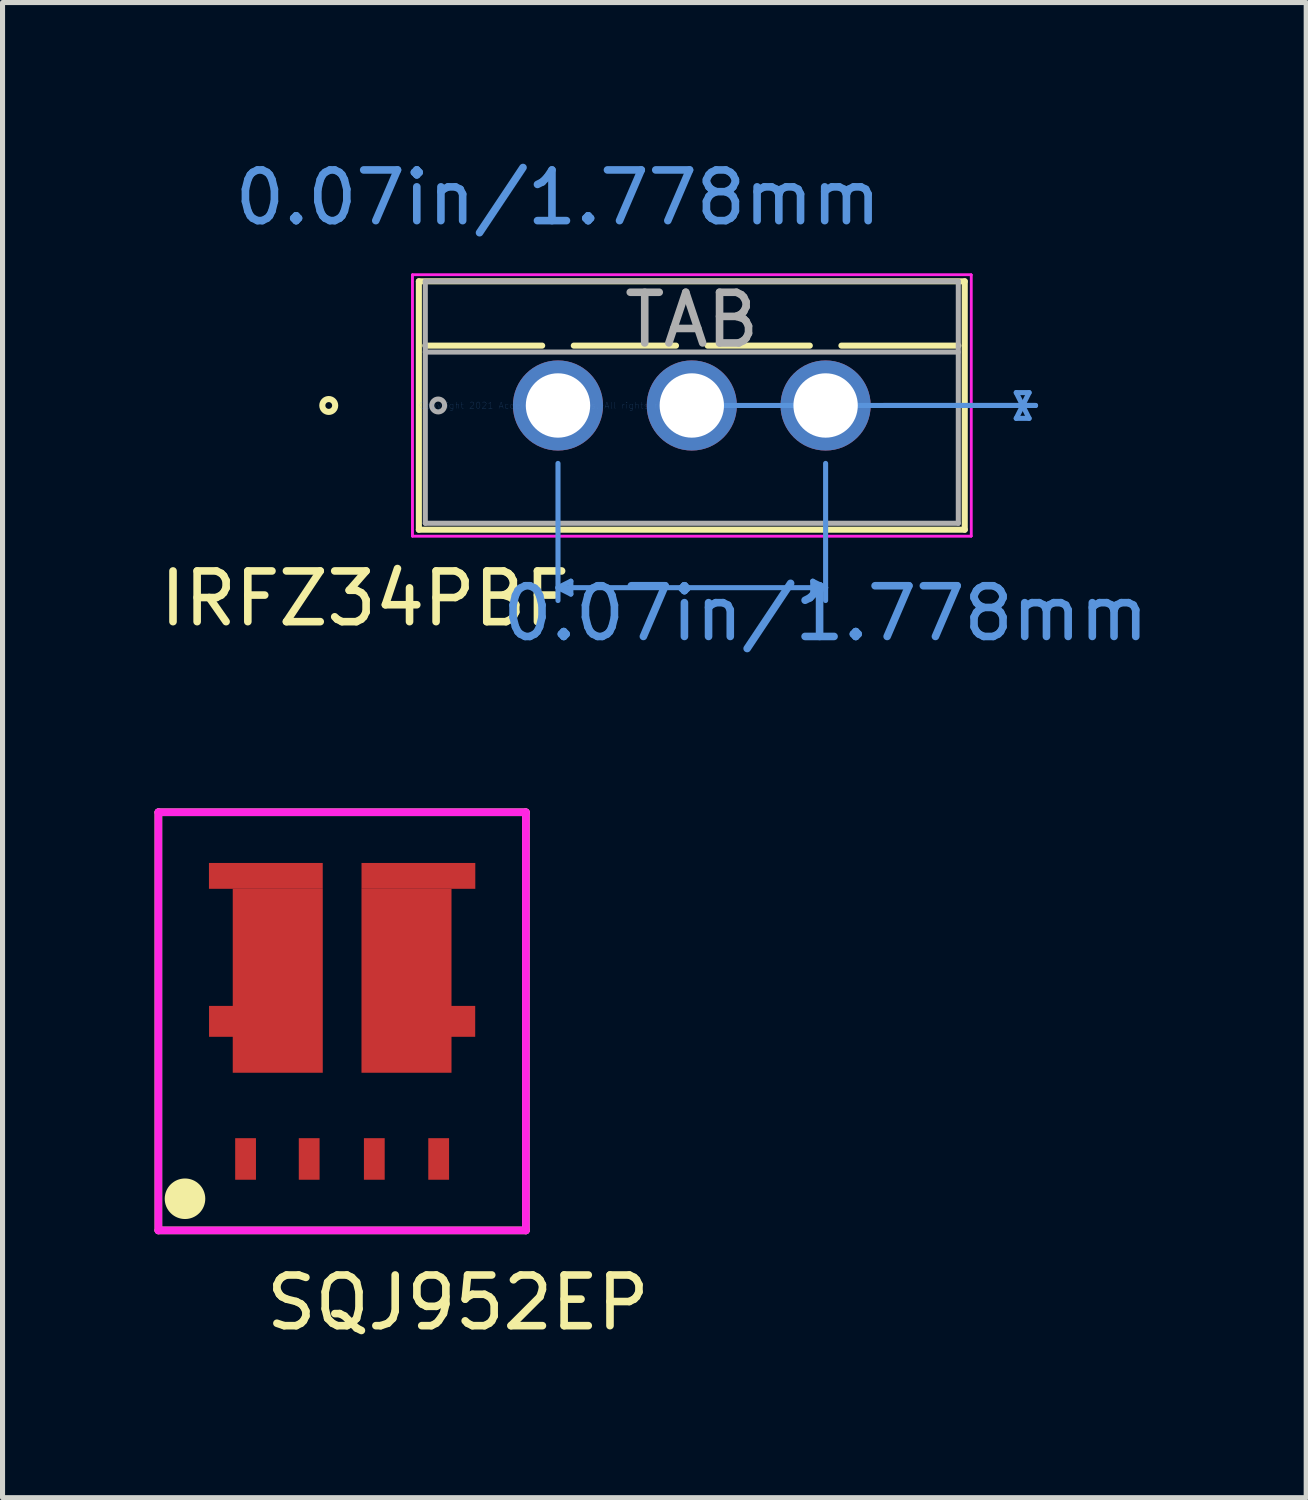
<source format=kicad_pcb>
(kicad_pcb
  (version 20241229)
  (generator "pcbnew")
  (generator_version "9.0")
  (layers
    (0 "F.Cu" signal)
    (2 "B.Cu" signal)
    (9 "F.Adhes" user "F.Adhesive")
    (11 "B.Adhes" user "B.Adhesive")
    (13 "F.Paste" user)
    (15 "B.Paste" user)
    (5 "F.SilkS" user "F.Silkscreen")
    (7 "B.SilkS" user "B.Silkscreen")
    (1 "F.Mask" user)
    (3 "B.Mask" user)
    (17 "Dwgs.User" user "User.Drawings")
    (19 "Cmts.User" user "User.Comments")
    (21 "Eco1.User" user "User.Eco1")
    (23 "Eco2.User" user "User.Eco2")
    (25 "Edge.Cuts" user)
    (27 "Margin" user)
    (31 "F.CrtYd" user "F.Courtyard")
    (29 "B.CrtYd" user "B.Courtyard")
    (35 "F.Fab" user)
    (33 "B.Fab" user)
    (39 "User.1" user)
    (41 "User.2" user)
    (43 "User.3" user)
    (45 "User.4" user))
  (footprint "IRFZ34PBF"
    (layer "F.Cu")
    (at 7.959 4.95)
    (property "Reference" "IRFZ34PBF" (at -3.81 3.81 0) (layer "F.SilkS") (effects (font (size 1 1) (thickness 0.15))))
    (attr through_hole)
    (fp_line (start -2.745 2.451) (end -2.745 -2.45) (stroke (width 0.12) (type solid)) (layer "F.SilkS"))
    (fp_line (start -2.745 2.451) (end 8.025 2.451) (stroke (width 0.12) (type solid)) (layer "F.SilkS"))
    (fp_line (start -2.618 -1.181) (end -0.312 -1.181) (stroke (width 0.12) (type solid)) (layer "F.SilkS"))
    (fp_line (start 0.312 -1.181) (end 2.328 -1.181) (stroke (width 0.12) (type solid)) (layer "F.SilkS"))
    (fp_line (start 2.952 -1.181) (end 4.968 -1.181) (stroke (width 0.12) (type solid)) (layer "F.SilkS"))
    (fp_line (start 5.592 -1.181) (end 7.898 -1.181) (stroke (width 0.12) (type solid)) (layer "F.SilkS"))
    (fp_line (start 8.025 -2.45) (end -2.745 -2.45) (stroke (width 0.12) (type solid)) (layer "F.SilkS"))
    (fp_line (start 8.025 -2.45) (end 8.025 2.451) (stroke (width 0.12) (type solid)) (layer "F.SilkS"))
    (fp_circle (center -4.523 0) (end -4.396 0) (stroke (width 0.12) (type solid)) (fill no) (layer "F.SilkS"))
    (fp_line (start 0 1.143) (end 0 3.848) (stroke (width 0.1) (type solid)) (layer "Cmts.User"))
    (fp_line (start 0 3.594) (end 0.254 3.467) (stroke (width 0.1) (type solid)) (layer "Cmts.User"))
    (fp_line (start 0.254 3.467) (end 0.254 3.721) (stroke (width 0.1) (type solid)) (layer "Cmts.User"))
    (fp_line (start 0.254 3.721) (end 0 3.594) (stroke (width 0.1) (type solid)) (layer "Cmts.User"))
    (fp_line (start 2.894 0) (end 9.422 0) (stroke (width 0.1) (type solid)) (layer "Cmts.User"))
    (fp_line (start 5.026 3.467) (end 5.026 3.721) (stroke (width 0.1) (type solid)) (layer "Cmts.User"))
    (fp_line (start 5.026 3.721) (end 5.28 3.594) (stroke (width 0.1) (type solid)) (layer "Cmts.User"))
    (fp_line (start 5.28 1.143) (end 5.28 3.848) (stroke (width 0.1) (type solid)) (layer "Cmts.User"))
    (fp_line (start 5.28 3.594) (end 0 3.594) (stroke (width 0.1) (type solid)) (layer "Cmts.User"))
    (fp_line (start 5.28 3.594) (end 5.026 3.467) (stroke (width 0.1) (type solid)) (layer "Cmts.User"))
    (fp_line (start 6.423 0) (end 9.422 0) (stroke (width 0.1) (type solid)) (layer "Cmts.User"))
    (fp_line (start 9.041 -0.254) (end 9.295 -0.254) (stroke (width 0.1) (type solid)) (layer "Cmts.User"))
    (fp_line (start 9.041 0.254) (end 9.295 0.254) (stroke (width 0.1) (type solid)) (layer "Cmts.User"))
    (fp_line (start 9.168 0) (end 9.041 -0.254) (stroke (width 0.1) (type solid)) (layer "Cmts.User"))
    (fp_line (start 9.168 0) (end 9.041 0.254) (stroke (width 0.1) (type solid)) (layer "Cmts.User"))
    (fp_line (start 9.168 0) (end 9.168 0) (stroke (width 0.1) (type solid)) (layer "Cmts.User"))
    (fp_line (start 9.295 -0.254) (end 9.168 0) (stroke (width 0.1) (type solid)) (layer "Cmts.User"))
    (fp_line (start 9.295 0.254) (end 9.168 0) (stroke (width 0.1) (type solid)) (layer "Cmts.User"))
    (fp_line (start -2.872 -2.578) (end -2.872 2.578) (stroke (width 0.05) (type solid)) (layer "F.CrtYd"))
    (fp_line (start -2.872 -2.578) (end -2.872 2.578) (stroke (width 0.05) (type solid)) (layer "F.CrtYd"))
    (fp_line (start -2.872 2.578) (end 8.152 2.578) (stroke (width 0.05) (type solid)) (layer "F.CrtYd"))
    (fp_line (start -2.872 2.578) (end 8.152 2.578) (stroke (width 0.05) (type solid)) (layer "F.CrtYd"))
    (fp_line (start 8.152 -2.578) (end -2.872 -2.578) (stroke (width 0.05) (type solid)) (layer "F.CrtYd"))
    (fp_line (start 8.152 -2.578) (end -2.872 -2.578) (stroke (width 0.05) (type solid)) (layer "F.CrtYd"))
    (fp_line (start 8.152 2.578) (end 8.152 -2.578) (stroke (width 0.05) (type solid)) (layer "F.CrtYd"))
    (fp_line (start 8.152 2.578) (end 8.152 -2.578) (stroke (width 0.05) (type solid)) (layer "F.CrtYd"))
    (fp_line (start -2.618 -2.45) (end -2.618 2.324) (stroke (width 0.1) (type solid)) (layer "F.Fab"))
    (fp_line (start -2.618 -1.054) (end 7.898 -1.054) (stroke (width 0.1) (type solid)) (layer "F.Fab"))
    (fp_line (start -2.618 2.324) (end 7.898 2.324) (stroke (width 0.1) (type solid)) (layer "F.Fab"))
    (fp_line (start 7.898 -2.45) (end -2.618 -2.45) (stroke (width 0.1) (type solid)) (layer "F.Fab"))
    (fp_line (start 7.898 2.324) (end 7.898 -2.45) (stroke (width 0.1) (type solid)) (layer "F.Fab"))
    (fp_circle (center -2.364 0) (end -2.237 0) (stroke (width 0.1) (type solid)) (fill no) (layer "F.Fab"))
    (fp_text user "*" (at 0 0 0) (layer "F.SilkS") (effects (font (size 1 1) (thickness 0.15))))
    (fp_text user "0.07in/1.778mm" (at 5.28 4.102 0) (layer "Cmts.User") (effects (font (size 1 1) (thickness 0.15))))
    (fp_text user "0.07in/1.778mm" (at 0 -4.102 0) (layer "Cmts.User") (effects (font (size 1 1) (thickness 0.15))))
    (fp_text user "Copyright 2021 Accelerated Designs. All rights reserved." (at 0 0 0) (layer "Cmts.User") (effects (font (size 0.127 0.127) (thickness 0.002))))
    (fp_text user "TAB" (at 2.64 -1.689 0) (layer "F.Fab") (effects (font (size 1 1) (thickness 0.15))))
    (fp_text user "*" (at 0 0 0) (layer "F.Fab") (effects (font (size 1 1) (thickness 0.15))))
    (pad "1" thru_hole circle (at 0 0) (size 1.778 1.778) (drill 1.27) (layers "*.Cu" "*.Mask"))
    (pad "2" thru_hole circle (at 2.64 0) (size 1.778 1.778) (drill 1.27) (layers "*.Cu" "*.Mask"))
    (pad "3" thru_hole circle (at 5.28 0) (size 1.778 1.778) (drill 1.27) (layers "*.Cu" "*.Mask")))
  (footprint "SQJ952EP"
    (layer "F.Cu")
    (at 3.7 17.101)
    (property "Reference" "SQJ952EP" (at 2.285 5.549 0) (layer "F.SilkS") (effects (font (size 1 1) (thickness 0.15))))
    (attr through_hole)
    (fp_line (start -3.625 -4.125) (end 3.625 -4.125) (stroke (width 0.15) (type solid)) (layer "F.SilkS"))
    (fp_line (start -3.625 4.125) (end -3.625 -4.125) (stroke (width 0.15) (type solid)) (layer "F.SilkS"))
    (fp_line (start -3.625 4.125) (end 3.625 4.125) (stroke (width 0.15) (type solid)) (layer "F.SilkS"))
    (fp_line (start 3.625 -4.125) (end 3.625 4.125) (stroke (width 0.15) (type solid)) (layer "F.SilkS"))
    (fp_line (start -3.625 -4.125) (end 3.625 -4.125) (stroke (width 0.15) (type solid)) (layer "F.CrtYd"))
    (fp_line (start -3.625 4.125) (end -3.625 -4.125) (stroke (width 0.15) (type solid)) (layer "F.CrtYd"))
    (fp_line (start -3.625 4.125) (end 3.625 4.125) (stroke (width 0.15) (type solid)) (layer "F.CrtYd"))
    (fp_line (start 3.625 -4.125) (end 3.625 4.125) (stroke (width 0.15) (type solid)) (layer "F.CrtYd"))
    (pad "" smd circle (at -3.1 3.5) (size 0.8 0.8) (layers "F.SilkS"))
    (pad "1" smd rect (at -1.905 2.715) (size 0.41 0.82) (layers "F.Cu" "F.Mask" "F.Paste"))
    (pad "2" smd rect (at -0.65 2.715) (size 0.41 0.82) (layers "F.Cu" "F.Mask" "F.Paste"))
    (pad "3" smd rect (at 0.635 2.715) (size 0.41 0.82) (layers "F.Cu" "F.Mask" "F.Paste"))
    (pad "4" smd rect (at 1.905 2.715) (size 0.41 0.82) (layers "F.Cu" "F.Mask" "F.Paste"))
    (pad "5" smd rect (at 2.328 0) (size 0.595 0.61) (layers "F.Cu" "F.Mask" "F.Paste"))
    (pad "6" smd rect (at 1.27 -0.801) (size 1.776 3.63) (layers "F.Cu" "F.Mask" "F.Paste"))
    (pad "6" smd rect (at 1.505 -2.87) (size 2.245 0.51) (layers "F.Cu" "F.Mask" "F.Paste"))
    (pad "7" smd rect (at -1.505 -2.87) (size 2.245 0.51) (layers "F.Cu" "F.Mask" "F.Paste"))
    (pad "7" smd rect (at -1.27 -0.801) (size 1.776 3.63) (layers "F.Cu" "F.Mask" "F.Paste"))
    (pad "8" smd rect (at -2.328 0) (size 0.595 0.61) (layers "F.Cu" "F.Mask" "F.Paste")))
  (gr_rect
    (start -3 -3)
    (end 22.721 26.498)
    (stroke (width 0.1) (type default))
    (fill no)
    (layer "Edge.Cuts")))
</source>
